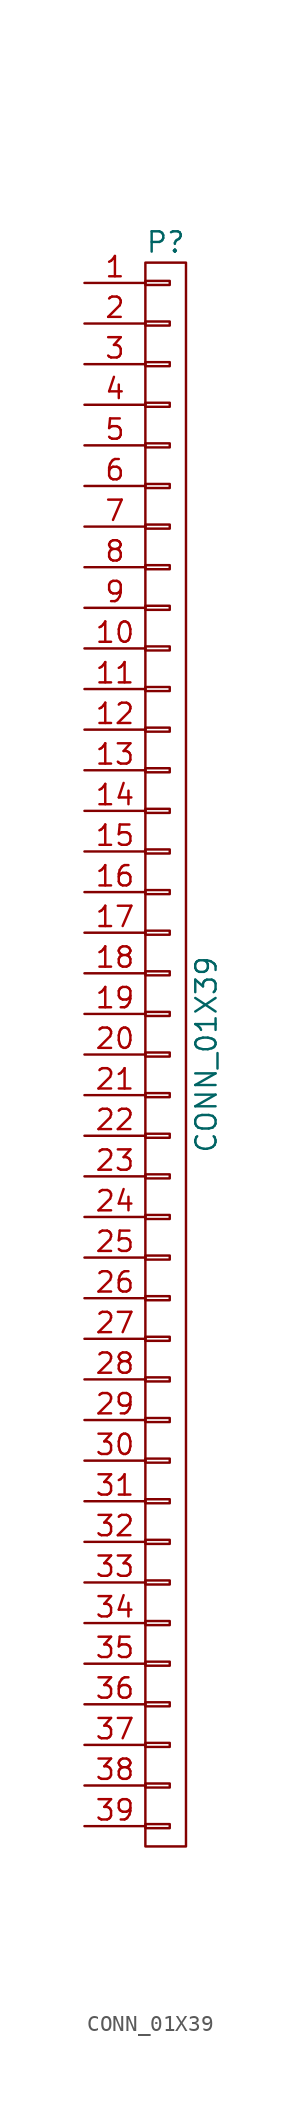
<source format=kicad_sym>
(kicad_symbol_lib
  (version 20211014)
  (generator kicad_symbol_editor)
  (symbol "CONN_01X39"
    (pin_names
      (offset 1.016) hide)
    (property "Reference" "P"
      (at 0 50.8 0)
      (effects (font (size 1.27 1.27))))
    (property "Value" "CONN_01X39"
      (at 2.54 0 90)
      (effects (font (size 1.27 1.27))))
    (property "Footprint" ""
      (at 0 0 0)
      (effects (font (size 1.27 1.27))))
    (property "Datasheet" ""
      (at 0 0 0)
      (effects (font (size 1.27 1.27))))
    (symbol "CONN_01X39_0_1"
      (rectangle (start -1.27 -49.53) (end 1.27 49.53) (stroke (width 0) (type default) (color 0 0 0 0)) (fill (type none)))
      (rectangle (start -1.27 -48.133) (end 0.254 -48.387) (stroke (width 0) (type default) (color 0 0 0 0)) (fill (type none)))
      (rectangle (start -1.27 -45.593) (end 0.254 -45.847) (stroke (width 0) (type default) (color 0 0 0 0)) (fill (type none)))
      (rectangle (start -1.27 -43.053) (end 0.254 -43.307) (stroke (width 0) (type default) (color 0 0 0 0)) (fill (type none)))
      (rectangle (start -1.27 -40.513) (end 0.254 -40.767) (stroke (width 0) (type default) (color 0 0 0 0)) (fill (type none)))
      (rectangle (start -1.27 -37.973) (end 0.254 -38.227) (stroke (width 0) (type default) (color 0 0 0 0)) (fill (type none)))
      (rectangle (start -1.27 -35.433) (end 0.254 -35.687) (stroke (width 0) (type default) (color 0 0 0 0)) (fill (type none)))
      (rectangle (start -1.27 -32.893) (end 0.254 -33.147) (stroke (width 0) (type default) (color 0 0 0 0)) (fill (type none)))
      (rectangle (start -1.27 -30.353) (end 0.254 -30.607) (stroke (width 0) (type default) (color 0 0 0 0)) (fill (type none)))
      (rectangle (start -1.27 -27.813) (end 0.254 -28.067) (stroke (width 0) (type default) (color 0 0 0 0)) (fill (type none)))
      (rectangle (start -1.27 -25.273) (end 0.254 -25.527) (stroke (width 0) (type default) (color 0 0 0 0)) (fill (type none)))
      (rectangle (start -1.27 -22.733) (end 0.254 -22.987) (stroke (width 0) (type default) (color 0 0 0 0)) (fill (type none)))
      (rectangle (start -1.27 -20.193) (end 0.254 -20.447) (stroke (width 0) (type default) (color 0 0 0 0)) (fill (type none)))
      (rectangle (start -1.27 -17.653) (end 0.254 -17.907) (stroke (width 0) (type default) (color 0 0 0 0)) (fill (type none)))
      (rectangle (start -1.27 -15.113) (end 0.254 -15.367) (stroke (width 0) (type default) (color 0 0 0 0)) (fill (type none)))
      (rectangle (start -1.27 -12.573) (end 0.254 -12.827) (stroke (width 0) (type default) (color 0 0 0 0)) (fill (type none)))
      (rectangle (start -1.27 -10.033) (end 0.254 -10.287) (stroke (width 0) (type default) (color 0 0 0 0)) (fill (type none)))
      (rectangle (start -1.27 -7.493) (end 0.254 -7.747) (stroke (width 0) (type default) (color 0 0 0 0)) (fill (type none)))
      (rectangle (start -1.27 -4.953) (end 0.254 -5.207) (stroke (width 0) (type default) (color 0 0 0 0)) (fill (type none)))
      (rectangle (start -1.27 -2.413) (end 0.254 -2.667) (stroke (width 0) (type default) (color 0 0 0 0)) (fill (type none)))
      (rectangle (start -1.27 0.127) (end 0.254 -0.127) (stroke (width 0) (type default) (color 0 0 0 0)) (fill (type none)))
      (rectangle (start -1.27 2.667) (end 0.254 2.413) (stroke (width 0) (type default) (color 0 0 0 0)) (fill (type none)))
      (rectangle (start -1.27 5.207) (end 0.254 4.953) (stroke (width 0) (type default) (color 0 0 0 0)) (fill (type none)))
      (rectangle (start -1.27 7.747) (end 0.254 7.493) (stroke (width 0) (type default) (color 0 0 0 0)) (fill (type none)))
      (rectangle (start -1.27 10.287) (end 0.254 10.033) (stroke (width 0) (type default) (color 0 0 0 0)) (fill (type none)))
      (rectangle (start -1.27 12.827) (end 0.254 12.573) (stroke (width 0) (type default) (color 0 0 0 0)) (fill (type none)))
      (rectangle (start -1.27 15.367) (end 0.254 15.113) (stroke (width 0) (type default) (color 0 0 0 0)) (fill (type none)))
      (rectangle (start -1.27 17.907) (end 0.254 17.653) (stroke (width 0) (type default) (color 0 0 0 0)) (fill (type none)))
      (rectangle (start -1.27 20.447) (end 0.254 20.193) (stroke (width 0) (type default) (color 0 0 0 0)) (fill (type none)))
      (rectangle (start -1.27 22.987) (end 0.254 22.733) (stroke (width 0) (type default) (color 0 0 0 0)) (fill (type none)))
      (rectangle (start -1.27 25.527) (end 0.254 25.273) (stroke (width 0) (type default) (color 0 0 0 0)) (fill (type none)))
      (rectangle (start -1.27 28.067) (end 0.254 27.813) (stroke (width 0) (type default) (color 0 0 0 0)) (fill (type none)))
      (rectangle (start -1.27 30.607) (end 0.254 30.353) (stroke (width 0) (type default) (color 0 0 0 0)) (fill (type none)))
      (rectangle (start -1.27 33.147) (end 0.254 32.893) (stroke (width 0) (type default) (color 0 0 0 0)) (fill (type none)))
      (rectangle (start -1.27 35.687) (end 0.254 35.433) (stroke (width 0) (type default) (color 0 0 0 0)) (fill (type none)))
      (rectangle (start -1.27 38.227) (end 0.254 37.973) (stroke (width 0) (type default) (color 0 0 0 0)) (fill (type none)))
      (rectangle (start -1.27 40.767) (end 0.254 40.513) (stroke (width 0) (type default) (color 0 0 0 0)) (fill (type none)))
      (rectangle (start -1.27 43.307) (end 0.254 43.053) (stroke (width 0) (type default) (color 0 0 0 0)) (fill (type none)))
      (rectangle (start -1.27 45.847) (end 0.254 45.593) (stroke (width 0) (type default) (color 0 0 0 0)) (fill (type none)))
      (rectangle (start -1.27 48.387) (end 0.254 48.133) (stroke (width 0) (type default) (color 0 0 0 0)) (fill (type none))))
    (symbol "CONN_01X39_1_1"
      (pin passive line (at -5.08 48.26 0) (length 3.81) (name "P1" (effects (font (size 1.27 1.27)))) (number "1" (effects (font (size 1.27 1.27)))))
      (pin passive line (at -5.08 25.4 0) (length 3.81) (name "P10" (effects (font (size 1.27 1.27)))) (number "10" (effects (font (size 1.27 1.27)))))
      (pin passive line (at -5.08 22.86 0) (length 3.81) (name "P11" (effects (font (size 1.27 1.27)))) (number "11" (effects (font (size 1.27 1.27)))))
      (pin passive line (at -5.08 20.32 0) (length 3.81) (name "P12" (effects (font (size 1.27 1.27)))) (number "12" (effects (font (size 1.27 1.27)))))
      (pin passive line (at -5.08 17.78 0) (length 3.81) (name "P13" (effects (font (size 1.27 1.27)))) (number "13" (effects (font (size 1.27 1.27)))))
      (pin passive line (at -5.08 15.24 0) (length 3.81) (name "P14" (effects (font (size 1.27 1.27)))) (number "14" (effects (font (size 1.27 1.27)))))
      (pin passive line (at -5.08 12.7 0) (length 3.81) (name "P15" (effects (font (size 1.27 1.27)))) (number "15" (effects (font (size 1.27 1.27)))))
      (pin passive line (at -5.08 10.16 0) (length 3.81) (name "P16" (effects (font (size 1.27 1.27)))) (number "16" (effects (font (size 1.27 1.27)))))
      (pin passive line (at -5.08 7.62 0) (length 3.81) (name "P17" (effects (font (size 1.27 1.27)))) (number "17" (effects (font (size 1.27 1.27)))))
      (pin passive line (at -5.08 5.08 0) (length 3.81) (name "P18" (effects (font (size 1.27 1.27)))) (number "18" (effects (font (size 1.27 1.27)))))
      (pin passive line (at -5.08 2.54 0) (length 3.81) (name "P19" (effects (font (size 1.27 1.27)))) (number "19" (effects (font (size 1.27 1.27)))))
      (pin passive line (at -5.08 45.72 0) (length 3.81) (name "P2" (effects (font (size 1.27 1.27)))) (number "2" (effects (font (size 1.27 1.27)))))
      (pin passive line (at -5.08 0 0) (length 3.81) (name "P20" (effects (font (size 1.27 1.27)))) (number "20" (effects (font (size 1.27 1.27)))))
      (pin passive line (at -5.08 -2.54 0) (length 3.81) (name "P21" (effects (font (size 1.27 1.27)))) (number "21" (effects (font (size 1.27 1.27)))))
      (pin passive line (at -5.08 -5.08 0) (length 3.81) (name "P22" (effects (font (size 1.27 1.27)))) (number "22" (effects (font (size 1.27 1.27)))))
      (pin passive line (at -5.08 -7.62 0) (length 3.81) (name "P23" (effects (font (size 1.27 1.27)))) (number "23" (effects (font (size 1.27 1.27)))))
      (pin passive line (at -5.08 -10.16 0) (length 3.81) (name "P24" (effects (font (size 1.27 1.27)))) (number "24" (effects (font (size 1.27 1.27)))))
      (pin passive line (at -5.08 -12.7 0) (length 3.81) (name "P25" (effects (font (size 1.27 1.27)))) (number "25" (effects (font (size 1.27 1.27)))))
      (pin passive line (at -5.08 -15.24 0) (length 3.81) (name "P26" (effects (font (size 1.27 1.27)))) (number "26" (effects (font (size 1.27 1.27)))))
      (pin passive line (at -5.08 -17.78 0) (length 3.81) (name "P27" (effects (font (size 1.27 1.27)))) (number "27" (effects (font (size 1.27 1.27)))))
      (pin passive line (at -5.08 -20.32 0) (length 3.81) (name "P28" (effects (font (size 1.27 1.27)))) (number "28" (effects (font (size 1.27 1.27)))))
      (pin passive line (at -5.08 -22.86 0) (length 3.81) (name "P29" (effects (font (size 1.27 1.27)))) (number "29" (effects (font (size 1.27 1.27)))))
      (pin passive line (at -5.08 43.18 0) (length 3.81) (name "P3" (effects (font (size 1.27 1.27)))) (number "3" (effects (font (size 1.27 1.27)))))
      (pin passive line (at -5.08 -25.4 0) (length 3.81) (name "P30" (effects (font (size 1.27 1.27)))) (number "30" (effects (font (size 1.27 1.27)))))
      (pin passive line (at -5.08 -27.94 0) (length 3.81) (name "P31" (effects (font (size 1.27 1.27)))) (number "31" (effects (font (size 1.27 1.27)))))
      (pin passive line (at -5.08 -30.48 0) (length 3.81) (name "P32" (effects (font (size 1.27 1.27)))) (number "32" (effects (font (size 1.27 1.27)))))
      (pin passive line (at -5.08 -33.02 0) (length 3.81) (name "P33" (effects (font (size 1.27 1.27)))) (number "33" (effects (font (size 1.27 1.27)))))
      (pin passive line (at -5.08 -35.56 0) (length 3.81) (name "P34" (effects (font (size 1.27 1.27)))) (number "34" (effects (font (size 1.27 1.27)))))
      (pin passive line (at -5.08 -38.1 0) (length 3.81) (name "P35" (effects (font (size 1.27 1.27)))) (number "35" (effects (font (size 1.27 1.27)))))
      (pin passive line (at -5.08 -40.64 0) (length 3.81) (name "P36" (effects (font (size 1.27 1.27)))) (number "36" (effects (font (size 1.27 1.27)))))
      (pin passive line (at -5.08 -43.18 0) (length 3.81) (name "P37" (effects (font (size 1.27 1.27)))) (number "37" (effects (font (size 1.27 1.27)))))
      (pin passive line (at -5.08 -45.72 0) (length 3.81) (name "P38" (effects (font (size 1.27 1.27)))) (number "38" (effects (font (size 1.27 1.27)))))
      (pin passive line (at -5.08 -48.26 0) (length 3.81) (name "P39" (effects (font (size 1.27 1.27)))) (number "39" (effects (font (size 1.27 1.27)))))
      (pin passive line (at -5.08 40.64 0) (length 3.81) (name "P4" (effects (font (size 1.27 1.27)))) (number "4" (effects (font (size 1.27 1.27)))))
      (pin passive line (at -5.08 38.1 0) (length 3.81) (name "P5" (effects (font (size 1.27 1.27)))) (number "5" (effects (font (size 1.27 1.27)))))
      (pin passive line (at -5.08 35.56 0) (length 3.81) (name "P6" (effects (font (size 1.27 1.27)))) (number "6" (effects (font (size 1.27 1.27)))))
      (pin passive line (at -5.08 33.02 0) (length 3.81) (name "P7" (effects (font (size 1.27 1.27)))) (number "7" (effects (font (size 1.27 1.27)))))
      (pin passive line (at -5.08 30.48 0) (length 3.81) (name "P8" (effects (font (size 1.27 1.27)))) (number "8" (effects (font (size 1.27 1.27)))))
      (pin passive line (at -5.08 27.94 0) (length 3.81) (name "P9" (effects (font (size 1.27 1.27)))) (number "9" (effects (font (size 1.27 1.27))))))))
</source>
